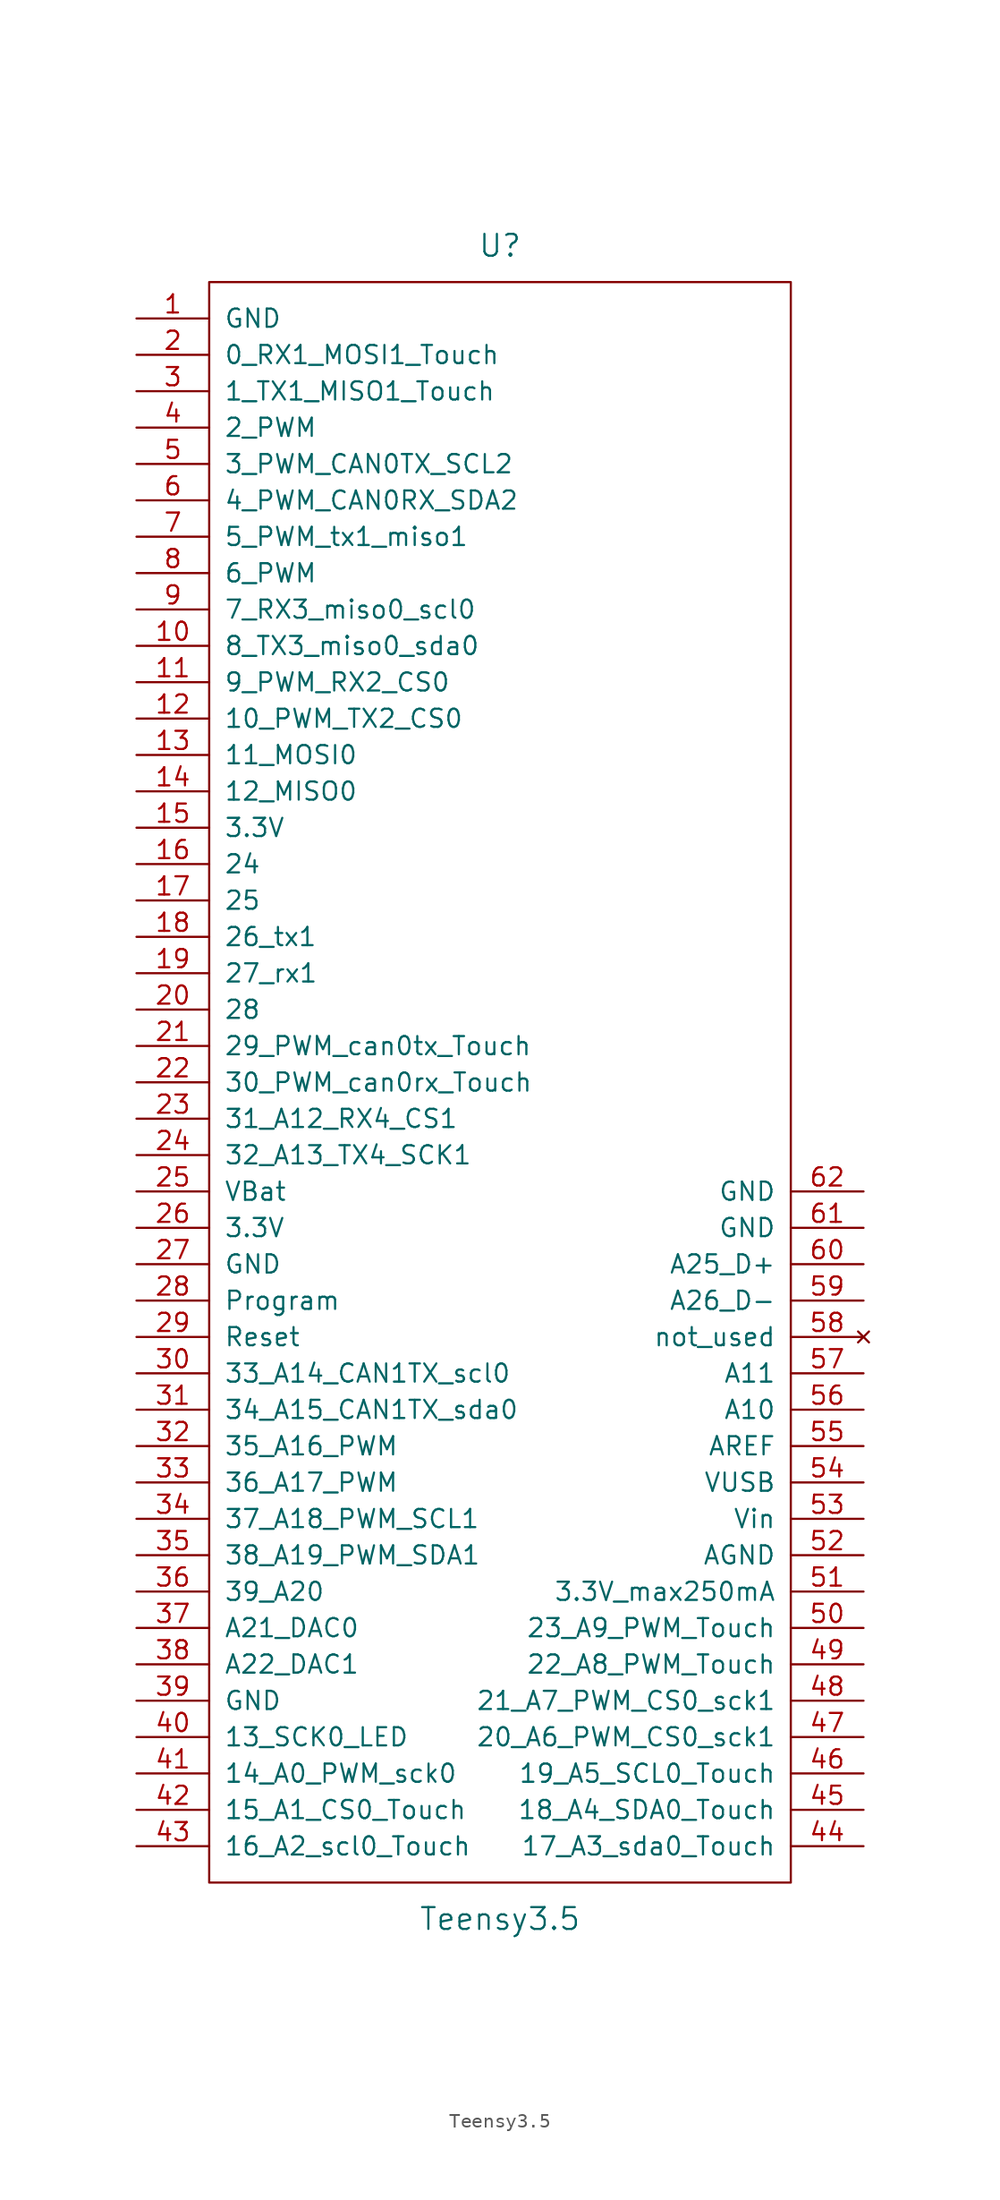
<source format=kicad_sym>
(kicad_symbol_lib
  (version 20231120)
  (generator "kicad_symbol_editor")
  (generator_version "8.0")
  (symbol "Teensy3.5"
    (pin_names
      (offset 1.016))
    (property "Reference" "U"
      (at 0 58.42 0)
      (effects (font (size 1.524 1.524))))
    (property "Value" "Teensy3.5"
      (at 0 -58.42 0)
      (effects (font (size 1.524 1.524))))
    (property "Footprint" ""
      (at 0 0 0)
      (effects (font (size 1.524 1.524))))
    (property "Datasheet" ""
      (at 0 0 0)
      (effects (font (size 1.524 1.524))))
    (symbol "Teensy3.5_0_1"
      (rectangle (start -20.32 55.88) (end 20.32 -55.88) (stroke (width 0) (type default)) (fill (type none))))
    (symbol "Teensy3.5_1_1"
      (pin power_in line (at -25.4 53.34 0) (length 5.08) (name "GND" (effects (font (size 1.27 1.27)))) (number "1" (effects (font (size 1.27 1.27)))))
      (pin bidirectional line (at -25.4 30.48 0) (length 5.08) (name "8_TX3_miso0_sda0" (effects (font (size 1.27 1.27)))) (number "10" (effects (font (size 1.27 1.27)))))
      (pin bidirectional line (at -25.4 27.94 0) (length 5.08) (name "9_PWM_RX2_CS0" (effects (font (size 1.27 1.27)))) (number "11" (effects (font (size 1.27 1.27)))))
      (pin bidirectional line (at -25.4 25.4 0) (length 5.08) (name "10_PWM_TX2_CS0" (effects (font (size 1.27 1.27)))) (number "12" (effects (font (size 1.27 1.27)))))
      (pin bidirectional line (at -25.4 22.86 0) (length 5.08) (name "11_MOSI0" (effects (font (size 1.27 1.27)))) (number "13" (effects (font (size 1.27 1.27)))))
      (pin bidirectional line (at -25.4 20.32 0) (length 5.08) (name "12_MISO0" (effects (font (size 1.27 1.27)))) (number "14" (effects (font (size 1.27 1.27)))))
      (pin power_in line (at -25.4 17.78 0) (length 5.08) (name "3.3V" (effects (font (size 1.27 1.27)))) (number "15" (effects (font (size 1.27 1.27)))))
      (pin bidirectional line (at -25.4 15.24 0) (length 5.08) (name "24" (effects (font (size 1.27 1.27)))) (number "16" (effects (font (size 1.27 1.27)))))
      (pin bidirectional line (at -25.4 12.7 0) (length 5.08) (name "25" (effects (font (size 1.27 1.27)))) (number "17" (effects (font (size 1.27 1.27)))))
      (pin bidirectional line (at -25.4 10.16 0) (length 5.08) (name "26_tx1" (effects (font (size 1.27 1.27)))) (number "18" (effects (font (size 1.27 1.27)))))
      (pin bidirectional line (at -25.4 7.62 0) (length 5.08) (name "27_rx1" (effects (font (size 1.27 1.27)))) (number "19" (effects (font (size 1.27 1.27)))))
      (pin bidirectional line (at -25.4 50.8 0) (length 5.08) (name "0_RX1_MOSI1_Touch" (effects (font (size 1.27 1.27)))) (number "2" (effects (font (size 1.27 1.27)))))
      (pin bidirectional line (at -25.4 5.08 0) (length 5.08) (name "28" (effects (font (size 1.27 1.27)))) (number "20" (effects (font (size 1.27 1.27)))))
      (pin bidirectional line (at -25.4 2.54 0) (length 5.08) (name "29_PWM_can0tx_Touch" (effects (font (size 1.27 1.27)))) (number "21" (effects (font (size 1.27 1.27)))))
      (pin bidirectional line (at -25.4 0 0) (length 5.08) (name "30_PWM_can0rx_Touch" (effects (font (size 1.27 1.27)))) (number "22" (effects (font (size 1.27 1.27)))))
      (pin bidirectional line (at -25.4 -2.54 0) (length 5.08) (name "31_A12_RX4_CS1" (effects (font (size 1.27 1.27)))) (number "23" (effects (font (size 1.27 1.27)))))
      (pin bidirectional line (at -25.4 -5.08 0) (length 5.08) (name "32_A13_TX4_SCK1" (effects (font (size 1.27 1.27)))) (number "24" (effects (font (size 1.27 1.27)))))
      (pin power_in line (at -25.4 -7.62 0) (length 5.08) (name "VBat" (effects (font (size 1.27 1.27)))) (number "25" (effects (font (size 1.27 1.27)))))
      (pin power_in line (at -25.4 -10.16 0) (length 5.08) (name "3.3V" (effects (font (size 1.27 1.27)))) (number "26" (effects (font (size 1.27 1.27)))))
      (pin power_in line (at -25.4 -12.7 0) (length 5.08) (name "GND" (effects (font (size 1.27 1.27)))) (number "27" (effects (font (size 1.27 1.27)))))
      (pin bidirectional line (at -25.4 -15.24 0) (length 5.08) (name "Program" (effects (font (size 1.27 1.27)))) (number "28" (effects (font (size 1.27 1.27)))))
      (pin bidirectional line (at -25.4 -17.78 0) (length 5.08) (name "Reset" (effects (font (size 1.27 1.27)))) (number "29" (effects (font (size 1.27 1.27)))))
      (pin bidirectional line (at -25.4 48.26 0) (length 5.08) (name "1_TX1_MISO1_Touch" (effects (font (size 1.27 1.27)))) (number "3" (effects (font (size 1.27 1.27)))))
      (pin bidirectional line (at -25.4 -20.32 0) (length 5.08) (name "33_A14_CAN1TX_scl0" (effects (font (size 1.27 1.27)))) (number "30" (effects (font (size 1.27 1.27)))))
      (pin bidirectional line (at -25.4 -22.86 0) (length 5.08) (name "34_A15_CAN1TX_sda0" (effects (font (size 1.27 1.27)))) (number "31" (effects (font (size 1.27 1.27)))))
      (pin bidirectional line (at -25.4 -25.4 0) (length 5.08) (name "35_A16_PWM" (effects (font (size 1.27 1.27)))) (number "32" (effects (font (size 1.27 1.27)))))
      (pin bidirectional line (at -25.4 -27.94 0) (length 5.08) (name "36_A17_PWM" (effects (font (size 1.27 1.27)))) (number "33" (effects (font (size 1.27 1.27)))))
      (pin bidirectional line (at -25.4 -30.48 0) (length 5.08) (name "37_A18_PWM_SCL1" (effects (font (size 1.27 1.27)))) (number "34" (effects (font (size 1.27 1.27)))))
      (pin bidirectional line (at -25.4 -33.02 0) (length 5.08) (name "38_A19_PWM_SDA1" (effects (font (size 1.27 1.27)))) (number "35" (effects (font (size 1.27 1.27)))))
      (pin bidirectional line (at -25.4 -35.56 0) (length 5.08) (name "39_A20" (effects (font (size 1.27 1.27)))) (number "36" (effects (font (size 1.27 1.27)))))
      (pin bidirectional line (at -25.4 -38.1 0) (length 5.08) (name "A21_DAC0" (effects (font (size 1.27 1.27)))) (number "37" (effects (font (size 1.27 1.27)))))
      (pin bidirectional line (at -25.4 -40.64 0) (length 5.08) (name "A22_DAC1" (effects (font (size 1.27 1.27)))) (number "38" (effects (font (size 1.27 1.27)))))
      (pin power_in line (at -25.4 -43.18 0) (length 5.08) (name "GND" (effects (font (size 1.27 1.27)))) (number "39" (effects (font (size 1.27 1.27)))))
      (pin bidirectional line (at -25.4 45.72 0) (length 5.08) (name "2_PWM" (effects (font (size 1.27 1.27)))) (number "4" (effects (font (size 1.27 1.27)))))
      (pin bidirectional line (at -25.4 -45.72 0) (length 5.08) (name "13_SCK0_LED" (effects (font (size 1.27 1.27)))) (number "40" (effects (font (size 1.27 1.27)))))
      (pin bidirectional line (at -25.4 -48.26 0) (length 5.08) (name "14_A0_PWM_sck0" (effects (font (size 1.27 1.27)))) (number "41" (effects (font (size 1.27 1.27)))))
      (pin bidirectional line (at -25.4 -50.8 0) (length 5.08) (name "15_A1_CS0_Touch" (effects (font (size 1.27 1.27)))) (number "42" (effects (font (size 1.27 1.27)))))
      (pin bidirectional line (at -25.4 -53.34 0) (length 5.08) (name "16_A2_scl0_Touch" (effects (font (size 1.27 1.27)))) (number "43" (effects (font (size 1.27 1.27)))))
      (pin bidirectional line (at 25.4 -53.34 180) (length 5.08) (name "17_A3_sda0_Touch" (effects (font (size 1.27 1.27)))) (number "44" (effects (font (size 1.27 1.27)))))
      (pin bidirectional line (at 25.4 -50.8 180) (length 5.08) (name "18_A4_SDA0_Touch" (effects (font (size 1.27 1.27)))) (number "45" (effects (font (size 1.27 1.27)))))
      (pin bidirectional line (at 25.4 -48.26 180) (length 5.08) (name "19_A5_SCL0_Touch" (effects (font (size 1.27 1.27)))) (number "46" (effects (font (size 1.27 1.27)))))
      (pin bidirectional line (at 25.4 -45.72 180) (length 5.08) (name "20_A6_PWM_CS0_sck1" (effects (font (size 1.27 1.27)))) (number "47" (effects (font (size 1.27 1.27)))))
      (pin bidirectional line (at 25.4 -43.18 180) (length 5.08) (name "21_A7_PWM_CS0_sck1" (effects (font (size 1.27 1.27)))) (number "48" (effects (font (size 1.27 1.27)))))
      (pin bidirectional line (at 25.4 -40.64 180) (length 5.08) (name "22_A8_PWM_Touch" (effects (font (size 1.27 1.27)))) (number "49" (effects (font (size 1.27 1.27)))))
      (pin bidirectional line (at -25.4 43.18 0) (length 5.08) (name "3_PWM_CAN0TX_SCL2" (effects (font (size 1.27 1.27)))) (number "5" (effects (font (size 1.27 1.27)))))
      (pin bidirectional line (at 25.4 -38.1 180) (length 5.08) (name "23_A9_PWM_Touch" (effects (font (size 1.27 1.27)))) (number "50" (effects (font (size 1.27 1.27)))))
      (pin power_out line (at 25.4 -35.56 180) (length 5.08) (name "3.3V_max250mA" (effects (font (size 1.27 1.27)))) (number "51" (effects (font (size 1.27 1.27)))))
      (pin power_in line (at 25.4 -33.02 180) (length 5.08) (name "AGND" (effects (font (size 1.27 1.27)))) (number "52" (effects (font (size 1.27 1.27)))))
      (pin power_in line (at 25.4 -30.48 180) (length 5.08) (name "Vin" (effects (font (size 1.27 1.27)))) (number "53" (effects (font (size 1.27 1.27)))))
      (pin power_in line (at 25.4 -27.94 180) (length 5.08) (name "VUSB" (effects (font (size 1.27 1.27)))) (number "54" (effects (font (size 1.27 1.27)))))
      (pin bidirectional line (at 25.4 -25.4 180) (length 5.08) (name "AREF" (effects (font (size 1.27 1.27)))) (number "55" (effects (font (size 1.27 1.27)))))
      (pin bidirectional line (at 25.4 -22.86 180) (length 5.08) (name "A10" (effects (font (size 1.27 1.27)))) (number "56" (effects (font (size 1.27 1.27)))))
      (pin bidirectional line (at 25.4 -20.32 180) (length 5.08) (name "A11" (effects (font (size 1.27 1.27)))) (number "57" (effects (font (size 1.27 1.27)))))
      (pin no_connect line (at 25.4 -17.78 180) (length 5.08) (name "not_used" (effects (font (size 1.27 1.27)))) (number "58" (effects (font (size 1.27 1.27)))))
      (pin bidirectional line (at 25.4 -15.24 180) (length 5.08) (name "A26_D-" (effects (font (size 1.27 1.27)))) (number "59" (effects (font (size 1.27 1.27)))))
      (pin bidirectional line (at -25.4 40.64 0) (length 5.08) (name "4_PWM_CAN0RX_SDA2" (effects (font (size 1.27 1.27)))) (number "6" (effects (font (size 1.27 1.27)))))
      (pin bidirectional line (at 25.4 -12.7 180) (length 5.08) (name "A25_D+" (effects (font (size 1.27 1.27)))) (number "60" (effects (font (size 1.27 1.27)))))
      (pin power_in line (at 25.4 -10.16 180) (length 5.08) (name "GND" (effects (font (size 1.27 1.27)))) (number "61" (effects (font (size 1.27 1.27)))))
      (pin power_in line (at 25.4 -7.62 180) (length 5.08) (name "GND" (effects (font (size 1.27 1.27)))) (number "62" (effects (font (size 1.27 1.27)))))
      (pin bidirectional line (at -25.4 38.1 0) (length 5.08) (name "5_PWM_tx1_miso1" (effects (font (size 1.27 1.27)))) (number "7" (effects (font (size 1.27 1.27)))))
      (pin bidirectional line (at -25.4 35.56 0) (length 5.08) (name "6_PWM" (effects (font (size 1.27 1.27)))) (number "8" (effects (font (size 1.27 1.27)))))
      (pin bidirectional line (at -25.4 33.02 0) (length 5.08) (name "7_RX3_miso0_scl0" (effects (font (size 1.27 1.27)))) (number "9" (effects (font (size 1.27 1.27))))))))
</source>
